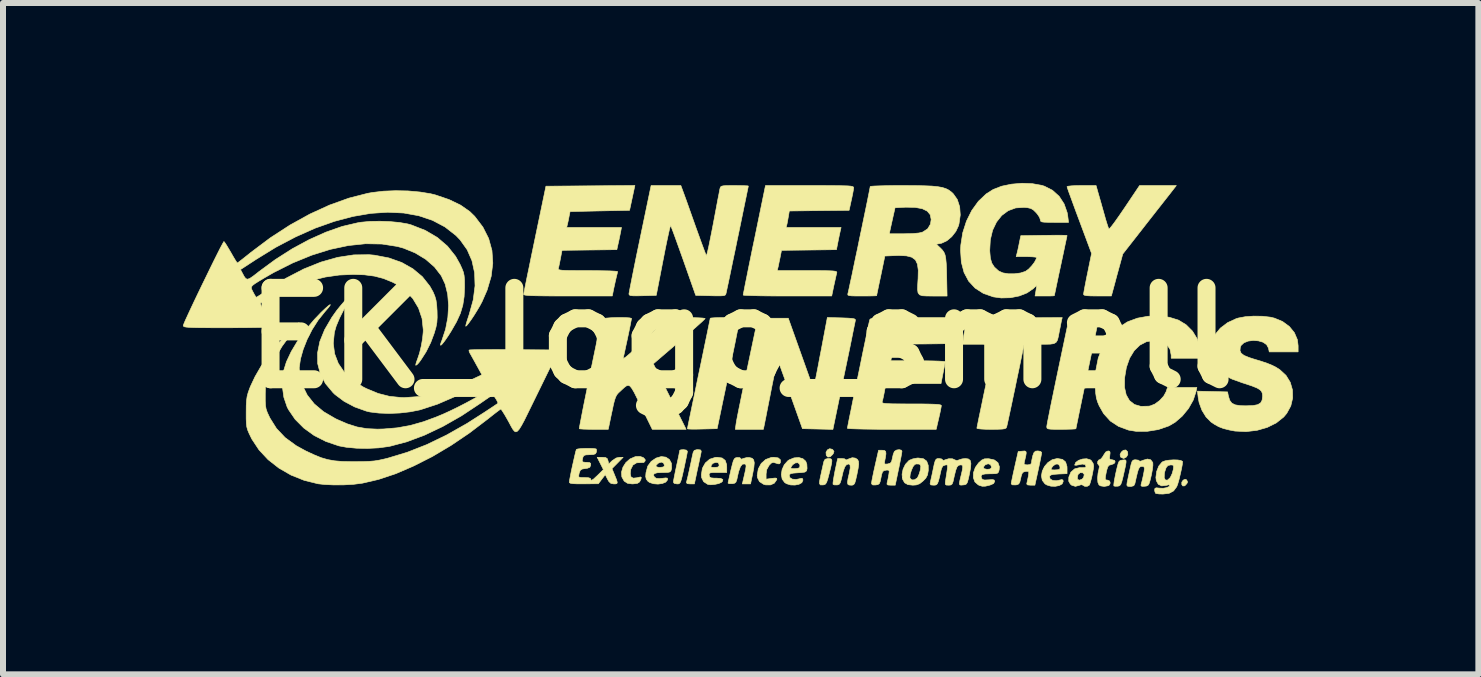
<source format=kicad_pcb>
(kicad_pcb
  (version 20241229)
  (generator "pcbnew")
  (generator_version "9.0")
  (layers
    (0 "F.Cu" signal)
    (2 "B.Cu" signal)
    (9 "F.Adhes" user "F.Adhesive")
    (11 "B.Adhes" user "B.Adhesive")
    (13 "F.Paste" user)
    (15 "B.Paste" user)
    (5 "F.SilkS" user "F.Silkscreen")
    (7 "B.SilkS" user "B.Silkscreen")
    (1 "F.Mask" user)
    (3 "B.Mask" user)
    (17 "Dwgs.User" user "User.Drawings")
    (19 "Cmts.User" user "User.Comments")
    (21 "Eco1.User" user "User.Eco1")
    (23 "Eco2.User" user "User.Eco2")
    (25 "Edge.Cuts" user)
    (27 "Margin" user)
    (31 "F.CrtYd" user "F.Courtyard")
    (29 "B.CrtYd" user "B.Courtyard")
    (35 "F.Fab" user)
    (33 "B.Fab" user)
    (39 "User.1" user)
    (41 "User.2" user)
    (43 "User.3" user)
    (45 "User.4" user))
  (footprint "EK_logo_small"
    (layer "F.Cu")
    (at 9.298 2.583)
    (property "Reference" "EK_logo_small" (at 0 0 0) (layer "F.SilkS") (effects (font (size 1.524 1.524) (thickness 0.3))))
    (attr through_hole)
    (fp_poly (pts (xy 7.434 2.367) (xy 7.449 2.402) (xy 7.438 2.428) (xy 7.402 2.466) (xy 7.37 2.468) (xy 7.353 2.445) (xy 7.353 2.405) (xy 7.376 2.371) (xy 7.409 2.357) (xy 7.434 2.367)) (stroke (width 0.01) (type solid)) (fill yes) (layer "F.SilkS"))
    (fp_poly (pts (xy 6.421 1.869) (xy 6.45 1.899) (xy 6.453 1.945) (xy 6.43 1.985) (xy 6.385 2.01) (xy 6.34 1.992) (xy 6.331 1.982) (xy 6.324 1.946) (xy 6.343 1.905) (xy 6.378 1.874) (xy 6.417 1.868) (xy 6.421 1.869)) (stroke (width 0.01) (type solid)) (fill yes) (layer "F.SilkS"))
    (fp_poly (pts (xy 1.525 1.857) (xy 1.536 1.866) (xy 1.555 1.893) (xy 1.545 1.924) (xy 1.533 1.943) (xy 1.493 1.981) (xy 1.453 1.987) (xy 1.426 1.958) (xy 1.426 1.958) (xy 1.422 1.907) (xy 1.445 1.867) (xy 1.483 1.847) (xy 1.525 1.857)) (stroke (width 0.01) (type solid)) (fill yes) (layer "F.SilkS"))
    (fp_poly (pts (xy -0.672 1.867) (xy -0.658 1.886) (xy -0.661 1.91) (xy -0.669 1.95) (xy -0.684 2.02) (xy -0.703 2.111) (xy -0.722 2.196) (xy -0.772 2.434) (xy -0.842 2.434) (xy -0.89 2.43) (xy -0.905 2.414) (xy -0.902 2.397) (xy -0.893 2.361) (xy -0.877 2.295) (xy -0.858 2.21) (xy -0.847 2.159) (xy -0.827 2.067) (xy -0.81 1.985) (xy -0.797 1.927) (xy -0.793 1.91) (xy -0.774 1.875) (xy -0.731 1.863) (xy -0.717 1.863) (xy -0.672 1.867)) (stroke (width 0.01) (type solid)) (fill yes) (layer "F.SilkS"))
    (fp_poly (pts (xy 1.493 2.013) (xy 1.512 2.022) (xy 1.52 2.047) (xy 1.515 2.092) (xy 1.499 2.166) (xy 1.474 2.265) (xy 1.451 2.352) (xy 1.433 2.405) (xy 1.415 2.435) (xy 1.393 2.447) (xy 1.371 2.451) (xy 1.327 2.45) (xy 1.313 2.427) (xy 1.313 2.42) (xy 1.314 2.396) (xy 1.32 2.36) (xy 1.332 2.303) (xy 1.35 2.22) (xy 1.376 2.104) (xy 1.387 2.058) (xy 1.407 2.023) (xy 1.452 2.011) (xy 1.461 2.011) (xy 1.493 2.013)) (stroke (width 0.01) (type solid)) (fill yes) (layer "F.SilkS"))
    (fp_poly (pts (xy 6.414 2.035) (xy 6.424 2.049) (xy 6.423 2.08) (xy 6.414 2.135) (xy 6.395 2.22) (xy 6.373 2.318) (xy 6.353 2.396) (xy 6.336 2.441) (xy 6.316 2.464) (xy 6.288 2.472) (xy 6.285 2.472) (xy 6.241 2.473) (xy 6.22 2.467) (xy 6.22 2.442) (xy 6.227 2.386) (xy 6.242 2.308) (xy 6.254 2.249) (xy 6.276 2.155) (xy 6.292 2.095) (xy 6.307 2.06) (xy 6.326 2.044) (xy 6.352 2.038) (xy 6.367 2.036) (xy 6.396 2.033) (xy 6.414 2.035)) (stroke (width 0.01) (type solid)) (fill yes) (layer "F.SilkS"))
    (fp_poly (pts (xy -0.907 1.87) (xy -0.889 1.889) (xy -0.893 1.918) (xy -0.905 1.981) (xy -0.923 2.066) (xy -0.944 2.167) (xy -0.946 2.174) (xy -0.97 2.282) (xy -0.988 2.355) (xy -1.003 2.4) (xy -1.018 2.423) (xy -1.036 2.433) (xy -1.06 2.434) (xy -1.062 2.434) (xy -1.109 2.425) (xy -1.122 2.404) (xy -1.118 2.372) (xy -1.106 2.309) (xy -1.089 2.223) (xy -1.069 2.129) (xy -1.048 2.033) (xy -1.031 1.952) (xy -1.02 1.896) (xy -1.016 1.874) (xy -0.998 1.866) (xy -0.953 1.863) (xy -0.953 1.863) (xy -0.907 1.87)) (stroke (width 0.01) (type solid)) (fill yes) (layer "F.SilkS"))
    (fp_poly (pts (xy 0.624 2) (xy 0.661 2.031) (xy 0.662 2.074) (xy 0.65 2.098) (xy 0.623 2.099) (xy 0.589 2.088) (xy 0.544 2.075) (xy 0.511 2.086) (xy 0.474 2.123) (xy 0.433 2.196) (xy 0.423 2.269) (xy 0.423 2.355) (xy 0.518 2.342) (xy 0.575 2.336) (xy 0.6 2.341) (xy 0.602 2.359) (xy 0.599 2.366) (xy 0.56 2.422) (xy 0.495 2.451) (xy 0.415 2.45) (xy 0.381 2.44) (xy 0.313 2.396) (xy 0.279 2.328) (xy 0.275 2.293) (xy 0.293 2.184) (xy 0.342 2.093) (xy 0.416 2.027) (xy 0.509 1.993) (xy 0.551 1.99) (xy 0.624 2)) (stroke (width 0.01) (type solid)) (fill yes) (layer "F.SilkS"))
    (fp_poly (pts (xy -1.625 1.994) (xy -1.594 2.026) (xy -1.592 2.049) (xy -1.615 2.077) (xy -1.649 2.078) (xy -1.735 2.082) (xy -1.797 2.12) (xy -1.833 2.191) (xy -1.841 2.264) (xy -1.83 2.316) (xy -1.792 2.338) (xy -1.725 2.331) (xy -1.715 2.328) (xy -1.671 2.318) (xy -1.657 2.326) (xy -1.663 2.356) (xy -1.686 2.401) (xy -1.723 2.425) (xy -1.788 2.433) (xy -1.811 2.434) (xy -1.886 2.424) (xy -1.94 2.389) (xy -1.944 2.385) (xy -1.982 2.317) (xy -1.987 2.237) (xy -1.963 2.155) (xy -1.915 2.079) (xy -1.846 2.018) (xy -1.761 1.981) (xy -1.746 1.978) (xy -1.679 1.976) (xy -1.625 1.994)) (stroke (width 0.01) (type solid)) (fill yes) (layer "F.SilkS"))
    (fp_poly (pts (xy -0.027 -0.259) (xy -0.035 -0.217) (xy -0.05 -0.139) (xy -0.071 -0.034) (xy -0.096 0.092) (xy -0.125 0.232) (xy -0.145 0.328) (xy -0.18 0.495) (xy -0.217 0.671) (xy -0.253 0.845) (xy -0.287 1.006) (xy -0.315 1.14) (xy -0.322 1.175) (xy -0.393 1.513) (xy -0.641 1.519) (xy -0.738 1.521) (xy -0.817 1.521) (xy -0.87 1.519) (xy -0.889 1.516) (xy -0.885 1.494) (xy -0.873 1.435) (xy -0.854 1.343) (xy -0.829 1.222) (xy -0.799 1.077) (xy -0.764 0.911) (xy -0.727 0.729) (xy -0.699 0.595) (xy -0.659 0.405) (xy -0.622 0.227) (xy -0.589 0.067) (xy -0.56 -0.072) (xy -0.537 -0.185) (xy -0.52 -0.268) (xy -0.51 -0.316) (xy -0.508 -0.328) (xy -0.488 -0.332) (xy -0.434 -0.336) (xy -0.355 -0.338) (xy -0.262 -0.339) (xy -0.016 -0.339) (xy -0.027 -0.259)) (stroke (width 0.01) (type solid)) (fill yes) (layer "F.SilkS"))
    (fp_poly (pts (xy 5.897 -0.335) (xy 5.95 -0.333) (xy 5.969 -0.33) (xy 5.965 -0.308) (xy 5.953 -0.249) (xy 5.934 -0.156) (xy 5.909 -0.035) (xy 5.879 0.11) (xy 5.844 0.276) (xy 5.806 0.457) (xy 5.779 0.592) (xy 5.739 0.782) (xy 5.702 0.959) (xy 5.669 1.119) (xy 5.64 1.258) (xy 5.617 1.371) (xy 5.6 1.454) (xy 5.59 1.502) (xy 5.588 1.514) (xy 5.568 1.518) (xy 5.514 1.521) (xy 5.435 1.523) (xy 5.345 1.524) (xy 5.24 1.524) (xy 5.171 1.522) (xy 5.13 1.517) (xy 5.109 1.508) (xy 5.103 1.493) (xy 5.102 1.476) (xy 5.107 1.446) (xy 5.119 1.379) (xy 5.139 1.279) (xy 5.164 1.152) (xy 5.195 1.002) (xy 5.23 0.833) (xy 5.268 0.65) (xy 5.289 0.55) (xy 5.474 -0.328) (xy 5.721 -0.334) (xy 5.818 -0.336) (xy 5.897 -0.335)) (stroke (width 0.01) (type solid)) (fill yes) (layer "F.SilkS"))
    (fp_poly (pts (xy -0.016 1.996) (xy 0 2.01) (xy 0.011 2.023) (xy 0.043 2.01) (xy 0.099 1.995) (xy 0.142 1.994) (xy 0.189 2.006) (xy 0.216 2.033) (xy 0.226 2.082) (xy 0.219 2.159) (xy 0.202 2.252) (xy 0.164 2.434) (xy 0.027 2.434) (xy 0.064 2.274) (xy 0.082 2.192) (xy 0.089 2.142) (xy 0.086 2.115) (xy 0.073 2.103) (xy 0.07 2.102) (xy 0.029 2.104) (xy -0.005 2.147) (xy -0.035 2.229) (xy -0.048 2.286) (xy -0.064 2.36) (xy -0.079 2.402) (xy -0.099 2.421) (xy -0.132 2.429) (xy -0.144 2.43) (xy -0.19 2.43) (xy -0.211 2.421) (xy -0.211 2.42) (xy -0.206 2.393) (xy -0.193 2.335) (xy -0.175 2.255) (xy -0.163 2.201) (xy -0.14 2.109) (xy -0.123 2.049) (xy -0.106 2.016) (xy -0.087 2) (xy -0.06 1.994) (xy -0.058 1.994) (xy -0.016 1.996)) (stroke (width 0.01) (type solid)) (fill yes) (layer "F.SilkS"))
    (fp_poly (pts (xy 3.045 2.014) (xy 3.1 2.054) (xy 3.126 2.125) (xy 3.127 2.21) (xy 3.114 2.284) (xy 3.085 2.339) (xy 3.04 2.385) (xy 2.982 2.431) (xy 2.926 2.451) (xy 2.868 2.455) (xy 2.787 2.446) (xy 2.732 2.415) (xy 2.731 2.413) (xy 2.697 2.352) (xy 2.694 2.325) (xy 2.82 2.325) (xy 2.823 2.339) (xy 2.852 2.367) (xy 2.895 2.366) (xy 2.938 2.339) (xy 2.951 2.323) (xy 2.975 2.269) (xy 2.995 2.202) (xy 2.996 2.196) (xy 3.002 2.141) (xy 2.991 2.113) (xy 2.973 2.103) (xy 2.925 2.101) (xy 2.902 2.11) (xy 2.873 2.145) (xy 2.846 2.205) (xy 2.826 2.27) (xy 2.82 2.325) (xy 2.694 2.325) (xy 2.69 2.272) (xy 2.707 2.187) (xy 2.746 2.107) (xy 2.803 2.046) (xy 2.811 2.04) (xy 2.868 2.017) (xy 2.94 2.003) (xy 2.959 2.002) (xy 3.045 2.014)) (stroke (width 0.01) (type solid)) (fill yes) (layer "F.SilkS"))
    (fp_poly (pts (xy 6.151 1.89) (xy 6.158 1.916) (xy 6.153 1.958) (xy 6.148 2.007) (xy 6.159 2.028) (xy 6.194 2.032) (xy 6.194 2.032) (xy 6.233 2.043) (xy 6.242 2.068) (xy 6.223 2.096) (xy 6.179 2.112) (xy 6.177 2.113) (xy 6.142 2.122) (xy 6.12 2.148) (xy 6.103 2.2) (xy 6.097 2.225) (xy 6.082 2.301) (xy 6.077 2.344) (xy 6.084 2.365) (xy 6.104 2.37) (xy 6.117 2.371) (xy 6.15 2.386) (xy 6.16 2.419) (xy 6.144 2.453) (xy 6.126 2.464) (xy 6.06 2.476) (xy 6 2.467) (xy 5.973 2.451) (xy 5.954 2.408) (xy 5.949 2.337) (xy 5.957 2.254) (xy 5.969 2.201) (xy 5.98 2.143) (xy 5.969 2.12) (xy 5.95 2.097) (xy 5.951 2.061) (xy 5.969 2.035) (xy 5.98 2.032) (xy 6.009 2.014) (xy 6.041 1.971) (xy 6.047 1.958) (xy 6.085 1.902) (xy 6.124 1.884) (xy 6.151 1.89)) (stroke (width 0.01) (type solid)) (fill yes) (layer "F.SilkS"))
    (fp_poly (pts (xy 1.907 2.003) (xy 1.918 2.008) (xy 1.947 2.027) (xy 1.963 2.057) (xy 1.967 2.105) (xy 1.957 2.178) (xy 1.936 2.284) (xy 1.933 2.296) (xy 1.915 2.376) (xy 1.9 2.424) (xy 1.882 2.447) (xy 1.858 2.455) (xy 1.838 2.455) (xy 1.804 2.452) (xy 1.785 2.438) (xy 1.78 2.405) (xy 1.789 2.346) (xy 1.81 2.255) (xy 1.826 2.167) (xy 1.822 2.117) (xy 1.799 2.101) (xy 1.764 2.113) (xy 1.735 2.15) (xy 1.707 2.229) (xy 1.693 2.29) (xy 1.674 2.369) (xy 1.658 2.417) (xy 1.64 2.441) (xy 1.614 2.45) (xy 1.604 2.451) (xy 1.56 2.45) (xy 1.539 2.441) (xy 1.539 2.414) (xy 1.547 2.356) (xy 1.561 2.275) (xy 1.572 2.217) (xy 1.616 2.011) (xy 1.688 2.011) (xy 1.732 2.016) (xy 1.748 2.028) (xy 1.747 2.031) (xy 1.755 2.035) (xy 1.79 2.023) (xy 1.801 2.017) (xy 1.859 1.997) (xy 1.907 2.003)) (stroke (width 0.01) (type solid)) (fill yes) (layer "F.SilkS"))
    (fp_poly (pts (xy -1.248 1.988) (xy -1.189 2.027) (xy -1.155 2.09) (xy -1.152 2.172) (xy -1.154 2.181) (xy -1.163 2.215) (xy -1.18 2.234) (xy -1.215 2.242) (xy -1.278 2.244) (xy -1.302 2.244) (xy -1.392 2.248) (xy -1.442 2.263) (xy -1.454 2.289) (xy -1.437 2.321) (xy -1.407 2.341) (xy -1.357 2.345) (xy -1.31 2.341) (xy -1.25 2.334) (xy -1.223 2.338) (xy -1.218 2.355) (xy -1.221 2.368) (xy -1.25 2.404) (xy -1.307 2.427) (xy -1.379 2.437) (xy -1.454 2.431) (xy -1.519 2.41) (xy -1.548 2.389) (xy -1.575 2.353) (xy -1.584 2.31) (xy -1.579 2.246) (xy -1.55 2.138) (xy -1.539 2.123) (xy -1.411 2.123) (xy -1.41 2.147) (xy -1.369 2.158) (xy -1.344 2.159) (xy -1.288 2.151) (xy -1.27 2.13) (xy -1.286 2.086) (xy -1.324 2.07) (xy -1.372 2.087) (xy -1.411 2.123) (xy -1.539 2.123) (xy -1.492 2.058) (xy -1.41 2.003) (xy -1.324 1.978) (xy -1.248 1.988)) (stroke (width 0.01) (type solid)) (fill yes) (layer "F.SilkS"))
    (fp_poly (pts (xy -0.31 2.002) (xy -0.259 2.042) (xy -0.235 2.112) (xy -0.233 2.155) (xy -0.233 2.244) (xy -0.382 2.244) (xy -0.46 2.244) (xy -0.504 2.249) (xy -0.524 2.26) (xy -0.527 2.28) (xy -0.525 2.291) (xy -0.517 2.319) (xy -0.494 2.333) (xy -0.446 2.338) (xy -0.407 2.338) (xy -0.333 2.343) (xy -0.298 2.36) (xy -0.303 2.389) (xy -0.324 2.409) (xy -0.367 2.428) (xy -0.432 2.442) (xy -0.499 2.448) (xy -0.549 2.442) (xy -0.55 2.441) (xy -0.618 2.397) (xy -0.652 2.329) (xy -0.656 2.282) (xy -0.639 2.174) (xy -0.623 2.145) (xy -0.498 2.145) (xy -0.483 2.157) (xy -0.435 2.159) (xy -0.435 2.159) (xy -0.383 2.154) (xy -0.362 2.136) (xy -0.36 2.117) (xy -0.372 2.083) (xy -0.412 2.074) (xy -0.464 2.091) (xy -0.487 2.117) (xy -0.498 2.145) (xy -0.623 2.145) (xy -0.59 2.085) (xy -0.517 2.022) (xy -0.424 1.992) (xy -0.392 1.99) (xy -0.31 2.002)) (stroke (width 0.01) (type solid)) (fill yes) (layer "F.SilkS"))
    (fp_poly (pts (xy 5.364 2.025) (xy 5.416 2.069) (xy 5.439 2.144) (xy 5.44 2.17) (xy 5.44 2.263) (xy 5.297 2.269) (xy 5.218 2.275) (xy 5.172 2.285) (xy 5.151 2.301) (xy 5.148 2.311) (xy 5.158 2.351) (xy 5.199 2.375) (xy 5.26 2.381) (xy 5.303 2.373) (xy 5.351 2.362) (xy 5.372 2.369) (xy 5.376 2.394) (xy 5.358 2.434) (xy 5.31 2.461) (xy 5.244 2.474) (xy 5.172 2.472) (xy 5.104 2.452) (xy 5.072 2.433) (xy 5.027 2.374) (xy 5.013 2.3) (xy 5.027 2.221) (xy 5.044 2.186) (xy 5.173 2.186) (xy 5.181 2.199) (xy 5.223 2.201) (xy 5.233 2.201) (xy 5.285 2.198) (xy 5.316 2.191) (xy 5.318 2.19) (xy 5.323 2.162) (xy 5.318 2.135) (xy 5.294 2.104) (xy 5.254 2.103) (xy 5.211 2.13) (xy 5.191 2.154) (xy 5.173 2.186) (xy 5.044 2.186) (xy 5.064 2.144) (xy 5.121 2.078) (xy 5.192 2.031) (xy 5.274 2.011) (xy 5.282 2.011) (xy 5.364 2.025)) (stroke (width 0.01) (type solid)) (fill yes) (layer "F.SilkS"))
    (fp_poly (pts (xy 1.037 2.014) (xy 1.084 2.056) (xy 1.102 2.106) (xy 1.106 2.175) (xy 1.098 2.216) (xy 1.069 2.237) (xy 1.011 2.245) (xy 0.958 2.248) (xy 0.879 2.254) (xy 0.833 2.263) (xy 0.812 2.28) (xy 0.809 2.29) (xy 0.819 2.329) (xy 0.859 2.354) (xy 0.921 2.36) (xy 0.963 2.352) (xy 1.012 2.341) (xy 1.033 2.348) (xy 1.037 2.373) (xy 1.019 2.413) (xy 0.971 2.44) (xy 0.905 2.453) (xy 0.833 2.451) (xy 0.765 2.431) (xy 0.733 2.411) (xy 0.691 2.354) (xy 0.677 2.278) (xy 0.69 2.194) (xy 0.704 2.164) (xy 0.834 2.164) (xy 0.841 2.177) (xy 0.883 2.18) (xy 0.896 2.18) (xy 0.949 2.175) (xy 0.981 2.163) (xy 0.983 2.161) (xy 0.987 2.127) (xy 0.982 2.107) (xy 0.954 2.081) (xy 0.911 2.084) (xy 0.867 2.113) (xy 0.852 2.133) (xy 0.834 2.164) (xy 0.704 2.164) (xy 0.726 2.115) (xy 0.785 2.049) (xy 0.808 2.033) (xy 0.889 2) (xy 0.968 1.994) (xy 1.037 2.014)) (stroke (width 0.01) (type solid)) (fill yes) (layer "F.SilkS"))
    (fp_poly (pts (xy 6.835 2.032) (xy 6.868 2.076) (xy 6.87 2.083) (xy 6.871 2.125) (xy 6.863 2.195) (xy 6.847 2.279) (xy 6.843 2.298) (xy 6.823 2.381) (xy 6.807 2.431) (xy 6.79 2.457) (xy 6.765 2.469) (xy 6.734 2.473) (xy 6.687 2.474) (xy 6.672 2.461) (xy 6.675 2.441) (xy 6.693 2.375) (xy 6.71 2.299) (xy 6.724 2.227) (xy 6.73 2.178) (xy 6.73 2.173) (xy 6.719 2.144) (xy 6.683 2.142) (xy 6.663 2.147) (xy 6.646 2.161) (xy 6.631 2.189) (xy 6.615 2.239) (xy 6.596 2.318) (xy 6.571 2.429) (xy 6.553 2.464) (xy 6.51 2.476) (xy 6.495 2.477) (xy 6.451 2.473) (xy 6.437 2.455) (xy 6.442 2.409) (xy 6.443 2.408) (xy 6.454 2.352) (xy 6.471 2.272) (xy 6.49 2.186) (xy 6.49 2.185) (xy 6.508 2.107) (xy 6.523 2.061) (xy 6.541 2.039) (xy 6.567 2.032) (xy 6.585 2.032) (xy 6.629 2.038) (xy 6.646 2.052) (xy 6.663 2.056) (xy 6.702 2.043) (xy 6.71 2.039) (xy 6.78 2.019) (xy 6.835 2.032)) (stroke (width 0.01) (type solid)) (fill yes) (layer "F.SilkS"))
    (fp_poly (pts (xy 5.825 2.031) (xy 5.842 2.043) (xy 5.875 2.092) (xy 5.884 2.136) (xy 5.878 2.187) (xy 5.865 2.26) (xy 5.848 2.337) (xy 5.829 2.406) (xy 5.814 2.45) (xy 5.811 2.454) (xy 5.779 2.473) (xy 5.735 2.474) (xy 5.704 2.455) (xy 5.676 2.446) (xy 5.652 2.455) (xy 5.579 2.475) (xy 5.516 2.455) (xy 5.494 2.435) (xy 5.468 2.389) (xy 5.469 2.327) (xy 5.47 2.32) (xy 5.473 2.313) (xy 5.613 2.313) (xy 5.614 2.355) (xy 5.638 2.37) (xy 5.649 2.371) (xy 5.692 2.354) (xy 5.716 2.326) (xy 5.727 2.278) (xy 5.703 2.249) (xy 5.659 2.247) (xy 5.625 2.274) (xy 5.613 2.313) (xy 5.473 2.313) (xy 5.504 2.238) (xy 5.567 2.183) (xy 5.651 2.162) (xy 5.678 2.163) (xy 5.737 2.162) (xy 5.757 2.146) (xy 5.757 2.145) (xy 5.742 2.111) (xy 5.694 2.103) (xy 5.641 2.114) (xy 5.593 2.123) (xy 5.568 2.121) (xy 5.567 2.119) (xy 5.586 2.074) (xy 5.634 2.04) (xy 5.698 2.019) (xy 5.766 2.014) (xy 5.825 2.031)) (stroke (width 0.01) (type solid)) (fill yes) (layer "F.SilkS"))
    (fp_poly (pts (xy 4.14 2.015) (xy 4.229 2.035) (xy 4.288 2.08) (xy 4.312 2.147) (xy 4.308 2.199) (xy 4.298 2.235) (xy 4.282 2.254) (xy 4.249 2.263) (xy 4.187 2.265) (xy 4.159 2.265) (xy 4.074 2.268) (xy 4.025 2.279) (xy 4.007 2.302) (xy 4.014 2.339) (xy 4.014 2.339) (xy 4.031 2.361) (xy 4.067 2.369) (xy 4.131 2.366) (xy 4.193 2.362) (xy 4.223 2.368) (xy 4.233 2.386) (xy 4.233 2.394) (xy 4.215 2.428) (xy 4.157 2.453) (xy 4.154 2.454) (xy 4.079 2.472) (xy 4.026 2.473) (xy 3.977 2.458) (xy 3.959 2.449) (xy 3.904 2.401) (xy 3.878 2.33) (xy 3.88 2.247) (xy 3.91 2.162) (xy 3.915 2.154) (xy 4.045 2.154) (xy 4.056 2.18) (xy 4.105 2.191) (xy 4.112 2.191) (xy 4.16 2.185) (xy 4.179 2.164) (xy 4.18 2.149) (xy 4.164 2.112) (xy 4.125 2.098) (xy 4.08 2.113) (xy 4.074 2.118) (xy 4.045 2.154) (xy 3.915 2.154) (xy 3.966 2.083) (xy 3.97 2.08) (xy 4.019 2.036) (xy 4.064 2.016) (xy 4.123 2.014) (xy 4.14 2.015)) (stroke (width 0.01) (type solid)) (fill yes) (layer "F.SilkS"))
    (fp_poly (pts (xy 4.999 1.892) (xy 5.017 1.91) (xy 5.013 1.94) (xy 5.001 2.003) (xy 4.984 2.088) (xy 4.962 2.189) (xy 4.961 2.196) (xy 4.904 2.455) (xy 4.832 2.455) (xy 4.784 2.451) (xy 4.768 2.436) (xy 4.771 2.418) (xy 4.781 2.373) (xy 4.794 2.311) (xy 4.796 2.3) (xy 4.803 2.248) (xy 4.796 2.227) (xy 4.767 2.224) (xy 4.75 2.226) (xy 4.714 2.235) (xy 4.691 2.259) (xy 4.675 2.308) (xy 4.668 2.339) (xy 4.653 2.402) (xy 4.635 2.434) (xy 4.605 2.448) (xy 4.577 2.451) (xy 4.525 2.449) (xy 4.509 2.43) (xy 4.514 2.4) (xy 4.527 2.337) (xy 4.545 2.251) (xy 4.568 2.151) (xy 4.568 2.148) (xy 4.626 1.894) (xy 4.697 1.888) (xy 4.734 1.885) (xy 4.754 1.893) (xy 4.76 1.917) (xy 4.752 1.967) (xy 4.733 2.049) (xy 4.729 2.061) (xy 4.724 2.1) (xy 4.742 2.114) (xy 4.781 2.117) (xy 4.83 2.11) (xy 4.847 2.085) (xy 4.847 2.08) (xy 4.853 2.035) (xy 4.867 1.974) (xy 4.869 1.963) (xy 4.889 1.911) (xy 4.915 1.888) (xy 4.954 1.884) (xy 4.999 1.892)) (stroke (width 0.01) (type solid)) (fill yes) (layer "F.SilkS"))
    (fp_poly (pts (xy 2.678 1.872) (xy 2.688 1.889) (xy 2.684 1.919) (xy 2.673 1.981) (xy 2.656 2.068) (xy 2.636 2.169) (xy 2.632 2.185) (xy 2.576 2.455) (xy 2.502 2.455) (xy 2.454 2.452) (xy 2.438 2.438) (xy 2.442 2.408) (xy 2.455 2.355) (xy 2.467 2.287) (xy 2.469 2.279) (xy 2.476 2.227) (xy 2.468 2.205) (xy 2.438 2.203) (xy 2.422 2.205) (xy 2.386 2.213) (xy 2.364 2.233) (xy 2.349 2.278) (xy 2.339 2.328) (xy 2.325 2.395) (xy 2.309 2.431) (xy 2.284 2.446) (xy 2.249 2.451) (xy 2.201 2.451) (xy 2.182 2.434) (xy 2.181 2.42) (xy 2.186 2.385) (xy 2.199 2.318) (xy 2.217 2.23) (xy 2.24 2.128) (xy 2.24 2.127) (xy 2.298 1.873) (xy 2.361 1.873) (xy 2.398 1.877) (xy 2.417 1.894) (xy 2.421 1.932) (xy 2.411 2) (xy 2.404 2.034) (xy 2.396 2.084) (xy 2.404 2.103) (xy 2.437 2.103) (xy 2.451 2.101) (xy 2.493 2.089) (xy 2.515 2.062) (xy 2.528 2.006) (xy 2.528 2.005) (xy 2.542 1.943) (xy 2.56 1.897) (xy 2.565 1.89) (xy 2.599 1.869) (xy 2.642 1.863) (xy 2.678 1.872)) (stroke (width 0.01) (type solid)) (fill yes) (layer "F.SilkS"))
    (fp_poly (pts (xy 5.955 -2.429) (xy 5.974 -2.363) (xy 6.001 -2.269) (xy 6.031 -2.162) (xy 6.056 -2.074) (xy 6.083 -1.978) (xy 6.108 -1.897) (xy 6.127 -1.84) (xy 6.138 -1.815) (xy 6.153 -1.827) (xy 6.188 -1.869) (xy 6.239 -1.937) (xy 6.302 -2.026) (xy 6.374 -2.131) (xy 6.4 -2.169) (xy 6.649 -2.54) (xy 7.262 -2.54) (xy 7.14 -2.383) (xy 7.091 -2.321) (xy 7.022 -2.233) (xy 6.937 -2.125) (xy 6.843 -2.005) (xy 6.745 -1.88) (xy 6.693 -1.813) (xy 6.369 -1.399) (xy 6.298 -1.139) (xy 6.268 -1.03) (xy 6.241 -0.928) (xy 6.218 -0.843) (xy 6.203 -0.788) (xy 6.179 -0.699) (xy 5.947 -0.699) (xy 5.838 -0.7) (xy 5.766 -0.704) (xy 5.726 -0.713) (xy 5.715 -0.725) (xy 5.719 -0.754) (xy 5.73 -0.817) (xy 5.747 -0.905) (xy 5.768 -1.012) (xy 5.782 -1.079) (xy 5.849 -1.408) (xy 5.645 -1.956) (xy 5.591 -2.1) (xy 5.543 -2.231) (xy 5.502 -2.344) (xy 5.469 -2.433) (xy 5.448 -2.494) (xy 5.44 -2.521) (xy 5.44 -2.522) (xy 5.46 -2.529) (xy 5.513 -2.535) (xy 5.593 -2.539) (xy 5.682 -2.54) (xy 5.924 -2.54) (xy 5.955 -2.429)) (stroke (width 0.01) (type solid)) (fill yes) (layer "F.SilkS"))
    (fp_poly (pts (xy 7.284 2.035) (xy 7.338 2.044) (xy 7.365 2.059) (xy 7.366 2.063) (xy 7.361 2.113) (xy 7.347 2.188) (xy 7.327 2.276) (xy 7.306 2.364) (xy 7.285 2.437) (xy 7.268 2.481) (xy 7.216 2.551) (xy 7.141 2.591) (xy 7.039 2.603) (xy 7.037 2.603) (xy 6.972 2.601) (xy 6.927 2.594) (xy 6.914 2.589) (xy 6.903 2.558) (xy 6.9 2.534) (xy 6.906 2.507) (xy 6.931 2.499) (xy 6.976 2.504) (xy 7.042 2.507) (xy 7.102 2.496) (xy 7.144 2.476) (xy 7.154 2.457) (xy 7.137 2.448) (xy 7.09 2.459) (xy 7.017 2.467) (xy 6.961 2.44) (xy 6.928 2.38) (xy 6.922 2.333) (xy 7.06 2.333) (xy 7.08 2.369) (xy 7.114 2.371) (xy 7.155 2.334) (xy 7.165 2.32) (xy 7.192 2.263) (xy 7.211 2.195) (xy 7.211 2.193) (xy 7.217 2.143) (xy 7.206 2.121) (xy 7.173 2.117) (xy 7.168 2.117) (xy 7.122 2.127) (xy 7.091 2.164) (xy 7.068 2.234) (xy 7.062 2.266) (xy 7.06 2.333) (xy 6.922 2.333) (xy 6.921 2.327) (xy 6.934 2.226) (xy 6.969 2.137) (xy 7.021 2.074) (xy 7.031 2.066) (xy 7.076 2.049) (xy 7.141 2.038) (xy 7.214 2.033) (xy 7.284 2.035)) (stroke (width 0.01) (type solid)) (fill yes) (layer "F.SilkS"))
    (fp_poly (pts (xy 1.68 -0.334) (xy 1.785 -0.33) (xy 1.854 -0.325) (xy 1.893 -0.318) (xy 1.91 -0.307) (xy 1.912 -0.296) (xy 1.907 -0.269) (xy 1.894 -0.206) (xy 1.874 -0.109) (xy 1.849 0.016) (xy 1.819 0.164) (xy 1.784 0.332) (xy 1.746 0.514) (xy 1.722 0.63) (xy 1.537 1.525) (xy 1.283 1.519) (xy 1.029 1.513) (xy 0.837 0.974) (xy 0.785 0.829) (xy 0.738 0.696) (xy 0.696 0.58) (xy 0.662 0.486) (xy 0.639 0.422) (xy 0.627 0.392) (xy 0.618 0.39) (xy 0.606 0.42) (xy 0.588 0.482) (xy 0.566 0.581) (xy 0.538 0.717) (xy 0.516 0.826) (xy 0.488 0.97) (xy 0.461 1.106) (xy 0.437 1.228) (xy 0.418 1.327) (xy 0.404 1.395) (xy 0.401 1.413) (xy 0.378 1.524) (xy -0.09 1.524) (xy -0.076 1.423) (xy -0.069 1.381) (xy -0.054 1.302) (xy -0.032 1.191) (xy -0.004 1.055) (xy 0.028 0.898) (xy 0.064 0.725) (xy 0.102 0.542) (xy 0.112 0.497) (xy 0.286 -0.328) (xy 0.793 -0.328) (xy 1.004 0.264) (xy 1.215 0.856) (xy 1.24 0.729) (xy 1.251 0.671) (xy 1.269 0.58) (xy 1.292 0.462) (xy 1.317 0.328) (xy 1.345 0.185) (xy 1.355 0.132) (xy 1.444 -0.34) (xy 1.68 -0.334)) (stroke (width 0.01) (type solid)) (fill yes) (layer "F.SilkS"))
    (fp_poly (pts (xy -1.853 -2.127) (xy -2.349 -2.117) (xy -2.845 -2.106) (xy -2.862 -2.021) (xy -2.875 -1.954) (xy -2.888 -1.897) (xy -2.89 -1.889) (xy -2.901 -1.841) (xy -1.988 -1.841) (xy -2.002 -1.765) (xy -2.016 -1.697) (xy -2.033 -1.615) (xy -2.041 -1.58) (xy -2.065 -1.471) (xy -2.979 -1.46) (xy -3.004 -1.328) (xy -3.019 -1.252) (xy -3.032 -1.19) (xy -3.04 -1.159) (xy -3.041 -1.147) (xy -3.033 -1.138) (xy -3.011 -1.132) (xy -2.97 -1.127) (xy -2.905 -1.124) (xy -2.812 -1.123) (xy -2.685 -1.122) (xy -2.552 -1.122) (xy -2.412 -1.121) (xy -2.287 -1.119) (xy -2.183 -1.117) (xy -2.106 -1.113) (xy -2.062 -1.109) (xy -2.053 -1.106) (xy -2.058 -1.077) (xy -2.071 -1.025) (xy -2.073 -1.016) (xy -2.088 -0.952) (xy -2.106 -0.87) (xy -2.117 -0.82) (xy -2.141 -0.699) (xy -2.88 -0.699) (xy -3.085 -0.699) (xy -3.251 -0.7) (xy -3.382 -0.702) (xy -3.48 -0.704) (xy -3.549 -0.708) (xy -3.593 -0.713) (xy -3.615 -0.72) (xy -3.618 -0.725) (xy -3.614 -0.751) (xy -3.602 -0.813) (xy -3.583 -0.909) (xy -3.558 -1.032) (xy -3.527 -1.18) (xy -3.493 -1.347) (xy -3.455 -1.529) (xy -3.432 -1.64) (xy -3.247 -2.529) (xy -2.505 -2.535) (xy -1.764 -2.541) (xy -1.853 -2.127)) (stroke (width 0.01) (type solid)) (fill yes) (layer "F.SilkS"))
    (fp_poly (pts (xy 7.146 -0.344) (xy 7.299 -0.296) (xy 7.425 -0.219) (xy 7.531 -0.113) (xy 7.608 0.013) (xy 7.653 0.151) (xy 7.662 0.244) (xy 7.662 0.339) (xy 7.176 0.339) (xy 7.176 0.287) (xy 7.157 0.19) (xy 7.105 0.114) (xy 7.022 0.065) (xy 6.913 0.043) (xy 6.89 0.043) (xy 6.764 0.063) (xy 6.653 0.121) (xy 6.559 0.213) (xy 6.483 0.338) (xy 6.429 0.492) (xy 6.399 0.669) (xy 6.398 0.824) (xy 6.426 0.949) (xy 6.481 1.045) (xy 6.563 1.11) (xy 6.67 1.141) (xy 6.8 1.138) (xy 6.826 1.134) (xy 6.904 1.103) (xy 6.984 1.044) (xy 7.051 0.971) (xy 7.091 0.898) (xy 7.115 0.826) (xy 7.604 0.826) (xy 7.591 0.893) (xy 7.544 1.036) (xy 7.465 1.176) (xy 7.361 1.303) (xy 7.242 1.406) (xy 7.138 1.467) (xy 6.961 1.528) (xy 6.773 1.558) (xy 6.589 1.557) (xy 6.466 1.537) (xy 6.3 1.476) (xy 6.161 1.385) (xy 6.05 1.262) (xy 5.976 1.132) (xy 5.948 1.065) (xy 5.929 1) (xy 5.918 0.925) (xy 5.911 0.827) (xy 5.91 0.783) (xy 5.918 0.55) (xy 5.96 0.337) (xy 6.034 0.147) (xy 6.139 -0.018) (xy 6.274 -0.155) (xy 6.438 -0.262) (xy 6.456 -0.271) (xy 6.613 -0.329) (xy 6.789 -0.361) (xy 6.971 -0.366) (xy 7.146 -0.344)) (stroke (width 0.01) (type solid)) (fill yes) (layer "F.SilkS"))
    (fp_poly (pts (xy 1.344 -2.54) (xy 1.502 -2.539) (xy 1.626 -2.538) (xy 1.72 -2.536) (xy 1.788 -2.534) (xy 1.834 -2.53) (xy 1.862 -2.524) (xy 1.877 -2.517) (xy 1.882 -2.508) (xy 1.883 -2.503) (xy 1.878 -2.466) (xy 1.866 -2.4) (xy 1.849 -2.318) (xy 1.844 -2.297) (xy 1.807 -2.127) (xy 1.308 -2.122) (xy 0.81 -2.116) (xy 0.795 -2.026) (xy 0.783 -1.958) (xy 0.772 -1.899) (xy 0.769 -1.889) (xy 0.757 -1.841) (xy 1.673 -1.841) (xy 1.662 -1.794) (xy 1.652 -1.748) (xy 1.637 -1.678) (xy 1.623 -1.609) (xy 1.596 -1.471) (xy 1.138 -1.465) (xy 0.68 -1.46) (xy 0.656 -1.338) (xy 0.64 -1.263) (xy 0.627 -1.198) (xy 0.62 -1.169) (xy 0.609 -1.122) (xy 1.11 -1.122) (xy 1.269 -1.122) (xy 1.39 -1.121) (xy 1.478 -1.119) (xy 1.538 -1.116) (xy 1.576 -1.111) (xy 1.596 -1.104) (xy 1.602 -1.095) (xy 1.601 -1.085) (xy 1.592 -1.048) (xy 1.577 -0.981) (xy 1.559 -0.899) (xy 1.553 -0.873) (xy 1.517 -0.699) (xy 0.78 -0.699) (xy 0.608 -0.699) (xy 0.45 -0.7) (xy 0.311 -0.702) (xy 0.196 -0.705) (xy 0.11 -0.708) (xy 0.057 -0.711) (xy 0.041 -0.714) (xy 0.045 -0.738) (xy 0.057 -0.798) (xy 0.075 -0.892) (xy 0.1 -1.014) (xy 0.129 -1.16) (xy 0.163 -1.326) (xy 0.2 -1.508) (xy 0.227 -1.635) (xy 0.413 -2.54) (xy 1.148 -2.54) (xy 1.344 -2.54)) (stroke (width 0.01) (type solid)) (fill yes) (layer "F.SilkS"))
    (fp_poly (pts (xy 5.348 -0.291) (xy 5.339 -0.246) (xy 5.325 -0.175) (xy 5.311 -0.106) (xy 5.295 -0.021) (xy 5.28 0.037) (xy 5.257 0.074) (xy 5.22 0.095) (xy 5.16 0.104) (xy 5.072 0.106) (xy 4.984 0.106) (xy 4.884 0.107) (xy 4.801 0.11) (xy 4.744 0.114) (xy 4.72 0.119) (xy 4.72 0.119) (xy 4.716 0.143) (xy 4.704 0.203) (xy 4.686 0.292) (xy 4.663 0.404) (xy 4.636 0.533) (xy 4.606 0.674) (xy 4.576 0.821) (xy 4.545 0.966) (xy 4.516 1.105) (xy 4.489 1.231) (xy 4.466 1.338) (xy 4.448 1.421) (xy 4.436 1.473) (xy 4.432 1.487) (xy 4.423 1.503) (xy 4.401 1.514) (xy 4.359 1.52) (xy 4.29 1.523) (xy 4.187 1.524) (xy 4.179 1.524) (xy 4.083 1.523) (xy 4.006 1.519) (xy 3.954 1.513) (xy 3.937 1.506) (xy 3.941 1.482) (xy 3.953 1.422) (xy 3.971 1.333) (xy 3.995 1.22) (xy 4.022 1.09) (xy 4.051 0.949) (xy 4.082 0.803) (xy 4.113 0.658) (xy 4.142 0.519) (xy 4.169 0.394) (xy 4.192 0.287) (xy 4.21 0.206) (xy 4.222 0.155) (xy 4.225 0.143) (xy 4.226 0.128) (xy 4.215 0.117) (xy 4.185 0.111) (xy 4.129 0.107) (xy 4.042 0.106) (xy 3.97 0.106) (xy 3.704 0.106) (xy 3.706 0.048) (xy 3.712 -0.001) (xy 3.724 -0.076) (xy 3.742 -0.162) (xy 3.743 -0.169) (xy 3.778 -0.328) (xy 4.569 -0.334) (xy 5.36 -0.339) (xy 5.348 -0.291)) (stroke (width 0.01) (type solid)) (fill yes) (layer "F.SilkS"))
    (fp_poly (pts (xy 3.795 2.018) (xy 3.826 2.043) (xy 3.837 2.093) (xy 3.831 2.171) (xy 3.813 2.268) (xy 3.794 2.353) (xy 3.779 2.406) (xy 3.763 2.434) (xy 3.74 2.447) (xy 3.708 2.451) (xy 3.671 2.454) (xy 3.651 2.449) (xy 3.645 2.426) (xy 3.653 2.379) (xy 3.672 2.299) (xy 3.673 2.297) (xy 3.693 2.21) (xy 3.701 2.157) (xy 3.698 2.129) (xy 3.682 2.118) (xy 3.663 2.117) (xy 3.631 2.124) (xy 3.606 2.151) (xy 3.585 2.205) (xy 3.563 2.292) (xy 3.556 2.323) (xy 3.54 2.395) (xy 3.525 2.434) (xy 3.505 2.451) (xy 3.473 2.455) (xy 3.466 2.455) (xy 3.426 2.453) (xy 3.41 2.438) (xy 3.412 2.398) (xy 3.416 2.371) (xy 3.433 2.263) (xy 3.444 2.19) (xy 3.448 2.146) (xy 3.446 2.123) (xy 3.437 2.116) (xy 3.42 2.118) (xy 3.406 2.12) (xy 3.37 2.135) (xy 3.348 2.175) (xy 3.338 2.212) (xy 3.315 2.315) (xy 3.297 2.384) (xy 3.281 2.426) (xy 3.264 2.447) (xy 3.241 2.454) (xy 3.214 2.455) (xy 3.17 2.451) (xy 3.157 2.433) (xy 3.161 2.408) (xy 3.17 2.365) (xy 3.186 2.295) (xy 3.204 2.209) (xy 3.209 2.185) (xy 3.227 2.1) (xy 3.242 2.049) (xy 3.258 2.022) (xy 3.28 2.012) (xy 3.306 2.011) (xy 3.349 2.018) (xy 3.365 2.033) (xy 3.378 2.044) (xy 3.406 2.033) (xy 3.468 2.014) (xy 3.53 2.015) (xy 3.571 2.034) (xy 3.603 2.046) (xy 3.637 2.034) (xy 3.69 2.017) (xy 3.744 2.011) (xy 3.795 2.018)) (stroke (width 0.01) (type solid)) (fill yes) (layer "F.SilkS"))
    (fp_poly (pts (xy -1.913 -0.338) (xy -1.853 -0.334) (xy -1.822 -0.326) (xy -1.82 -0.323) (xy -1.825 -0.298) (xy -1.836 -0.241) (xy -1.852 -0.159) (xy -1.872 -0.063) (xy -1.894 0.04) (xy -1.916 0.141) (xy -1.935 0.232) (xy -1.951 0.303) (xy -1.959 0.336) (xy -1.95 0.341) (xy -1.915 0.318) (xy -1.852 0.265) (xy -1.761 0.182) (xy -1.642 0.069) (xy -1.595 0.024) (xy -1.219 -0.339) (xy -0.906 -0.339) (xy -0.796 -0.338) (xy -0.703 -0.335) (xy -0.635 -0.331) (xy -0.598 -0.325) (xy -0.593 -0.323) (xy -0.609 -0.305) (xy -0.652 -0.264) (xy -0.72 -0.203) (xy -0.807 -0.126) (xy -0.91 -0.037) (xy -1.024 0.062) (xy -1.025 0.062) (xy -1.457 0.432) (xy -1.183 0.978) (xy -0.91 1.524) (xy -1.474 1.524) (xy -1.66 1.144) (xy -1.725 1.011) (xy -1.774 0.912) (xy -1.813 0.845) (xy -1.844 0.805) (xy -1.872 0.791) (xy -1.902 0.798) (xy -1.937 0.823) (xy -1.982 0.864) (xy -2.003 0.884) (xy -2.039 0.917) (xy -2.065 0.948) (xy -2.085 0.986) (xy -2.103 1.038) (xy -2.122 1.113) (xy -2.144 1.219) (xy -2.15 1.244) (xy -2.208 1.524) (xy -2.445 1.524) (xy -2.54 1.523) (xy -2.619 1.521) (xy -2.673 1.517) (xy -2.691 1.514) (xy -2.689 1.493) (xy -2.678 1.435) (xy -2.661 1.346) (xy -2.639 1.231) (xy -2.612 1.095) (xy -2.581 0.943) (xy -2.548 0.781) (xy -2.514 0.613) (xy -2.479 0.445) (xy -2.445 0.281) (xy -2.413 0.127) (xy -2.384 -0.011) (xy -2.358 -0.13) (xy -2.338 -0.224) (xy -2.323 -0.287) (xy -2.317 -0.312) (xy -2.294 -0.322) (xy -2.241 -0.33) (xy -2.166 -0.336) (xy -2.079 -0.339) (xy -1.992 -0.34) (xy -1.913 -0.338)) (stroke (width 0.01) (type solid)) (fill yes) (layer "F.SilkS"))
    (fp_poly (pts (xy -2.455 1.844) (xy -2.415 1.85) (xy -2.408 1.853) (xy -2.403 1.881) (xy -2.407 1.906) (xy -2.422 1.932) (xy -2.457 1.944) (xy -2.519 1.947) (xy -2.582 1.95) (xy -2.615 1.962) (xy -2.631 1.989) (xy -2.632 1.995) (xy -2.643 2.046) (xy -2.632 2.068) (xy -2.59 2.074) (xy -2.57 2.074) (xy -2.52 2.078) (xy -2.501 2.093) (xy -2.501 2.122) (xy -2.516 2.157) (xy -2.556 2.173) (xy -2.582 2.176) (xy -2.642 2.186) (xy -2.674 2.206) (xy -2.692 2.251) (xy -2.696 2.27) (xy -2.702 2.305) (xy -2.693 2.322) (xy -2.659 2.328) (xy -2.604 2.328) (xy -2.539 2.331) (xy -2.507 2.341) (xy -2.498 2.363) (xy -2.498 2.365) (xy -2.487 2.374) (xy -2.454 2.354) (xy -2.397 2.301) (xy -2.393 2.298) (xy -2.289 2.195) (xy -2.341 2.092) (xy -2.393 1.99) (xy -2.31 1.99) (xy -2.254 1.994) (xy -2.226 2.011) (xy -2.213 2.045) (xy -2.199 2.101) (xy -2.141 2.045) (xy -2.076 2.002) (xy -2.021 1.99) (xy -1.96 1.99) (xy -2.053 2.085) (xy -2.146 2.179) (xy -2.1 2.291) (xy -2.07 2.365) (xy -2.058 2.407) (xy -2.064 2.428) (xy -2.089 2.434) (xy -2.116 2.434) (xy -2.163 2.426) (xy -2.197 2.395) (xy -2.219 2.357) (xy -2.258 2.28) (xy -2.316 2.355) (xy -2.373 2.431) (xy -2.615 2.433) (xy -2.723 2.433) (xy -2.794 2.43) (xy -2.836 2.424) (xy -2.855 2.413) (xy -2.857 2.404) (xy -2.853 2.371) (xy -2.841 2.308) (xy -2.825 2.225) (xy -2.805 2.132) (xy -2.784 2.039) (xy -2.765 1.956) (xy -2.75 1.893) (xy -2.74 1.861) (xy -2.739 1.859) (xy -2.714 1.851) (xy -2.661 1.845) (xy -2.591 1.842) (xy -2.518 1.842) (xy -2.455 1.844)) (stroke (width 0.01) (type solid)) (fill yes) (layer "F.SilkS"))
    (fp_poly (pts (xy 8.695 -0.361) (xy 8.828 -0.346) (xy 8.896 -0.33) (xy 9.033 -0.273) (xy 9.146 -0.19) (xy 9.23 -0.087) (xy 9.28 0.031) (xy 9.292 0.13) (xy 9.292 0.233) (xy 8.811 0.233) (xy 8.798 0.17) (xy 8.767 0.113) (xy 8.708 0.072) (xy 8.63 0.049) (xy 8.544 0.042) (xy 8.46 0.053) (xy 8.389 0.081) (xy 8.34 0.127) (xy 8.328 0.157) (xy 8.323 0.211) (xy 8.342 0.255) (xy 8.39 0.292) (xy 8.472 0.326) (xy 8.546 0.35) (xy 8.678 0.39) (xy 8.778 0.424) (xy 8.855 0.455) (xy 8.919 0.487) (xy 8.978 0.524) (xy 8.988 0.531) (xy 9.09 0.625) (xy 9.161 0.74) (xy 9.198 0.868) (xy 9.201 1.002) (xy 9.17 1.134) (xy 9.103 1.257) (xy 9.052 1.318) (xy 8.928 1.417) (xy 8.777 1.492) (xy 8.606 1.541) (xy 8.424 1.562) (xy 8.24 1.553) (xy 8.149 1.536) (xy 8.046 1.51) (xy 7.968 1.48) (xy 7.898 1.441) (xy 7.839 1.401) (xy 7.757 1.318) (xy 7.689 1.207) (xy 7.642 1.079) (xy 7.627 0.998) (xy 7.614 0.888) (xy 7.865 0.894) (xy 8.116 0.9) (xy 8.13 0.971) (xy 8.152 1.041) (xy 8.187 1.088) (xy 8.244 1.116) (xy 8.329 1.13) (xy 8.423 1.132) (xy 8.538 1.128) (xy 8.618 1.113) (xy 8.667 1.084) (xy 8.692 1.038) (xy 8.7 0.972) (xy 8.696 0.926) (xy 8.681 0.89) (xy 8.649 0.859) (xy 8.594 0.829) (xy 8.511 0.797) (xy 8.394 0.758) (xy 8.367 0.75) (xy 8.192 0.687) (xy 8.055 0.621) (xy 7.954 0.546) (xy 7.886 0.46) (xy 7.847 0.36) (xy 7.835 0.242) (xy 7.836 0.199) (xy 7.844 0.105) (xy 7.862 0.034) (xy 7.894 -0.034) (xy 7.907 -0.055) (xy 7.996 -0.163) (xy 8.116 -0.254) (xy 8.258 -0.32) (xy 8.293 -0.331) (xy 8.41 -0.353) (xy 8.55 -0.363) (xy 8.695 -0.361)) (stroke (width 0.01) (type solid)) (fill yes) (layer "F.SilkS"))
    (fp_poly (pts (xy -0.957 -2.429) (xy -0.938 -2.377) (xy -0.907 -2.292) (xy -0.868 -2.182) (xy -0.823 -2.055) (xy -0.774 -1.917) (xy -0.751 -1.852) (xy -0.703 -1.719) (xy -0.66 -1.6) (xy -0.623 -1.5) (xy -0.595 -1.425) (xy -0.577 -1.381) (xy -0.573 -1.371) (xy -0.566 -1.387) (xy -0.552 -1.439) (xy -0.533 -1.522) (xy -0.511 -1.632) (xy -0.485 -1.761) (xy -0.458 -1.9) (xy -0.43 -2.049) (xy -0.404 -2.186) (xy -0.382 -2.305) (xy -0.363 -2.4) (xy -0.351 -2.465) (xy -0.345 -2.492) (xy -0.338 -2.513) (xy -0.324 -2.527) (xy -0.294 -2.535) (xy -0.241 -2.539) (xy -0.158 -2.54) (xy -0.104 -2.54) (xy -0.01 -2.539) (xy 0.065 -2.537) (xy 0.113 -2.535) (xy 0.127 -2.532) (xy 0.123 -2.51) (xy 0.111 -2.452) (xy 0.093 -2.364) (xy 0.069 -2.249) (xy 0.041 -2.113) (xy 0.01 -1.962) (xy -0.023 -1.801) (xy -0.058 -1.635) (xy -0.092 -1.468) (xy -0.126 -1.307) (xy -0.157 -1.157) (xy -0.185 -1.022) (xy -0.209 -0.908) (xy -0.228 -0.82) (xy -0.24 -0.763) (xy -0.244 -0.745) (xy -0.25 -0.725) (xy -0.263 -0.711) (xy -0.29 -0.704) (xy -0.338 -0.701) (xy -0.415 -0.701) (xy -0.502 -0.703) (xy -0.75 -0.709) (xy -0.953 -1.286) (xy -1.006 -1.434) (xy -1.054 -1.568) (xy -1.096 -1.685) (xy -1.13 -1.777) (xy -1.155 -1.842) (xy -1.167 -1.872) (xy -1.168 -1.874) (xy -1.175 -1.857) (xy -1.189 -1.804) (xy -1.208 -1.719) (xy -1.232 -1.608) (xy -1.259 -1.476) (xy -1.288 -1.327) (xy -1.294 -1.297) (xy -1.408 -0.709) (xy -1.635 -0.703) (xy -1.736 -0.701) (xy -1.802 -0.702) (xy -1.84 -0.707) (xy -1.858 -0.717) (xy -1.863 -0.732) (xy -1.863 -0.735) (xy -1.858 -0.763) (xy -1.846 -0.828) (xy -1.827 -0.925) (xy -1.802 -1.051) (xy -1.772 -1.2) (xy -1.738 -1.368) (xy -1.7 -1.55) (xy -1.678 -1.656) (xy -1.494 -2.54) (xy -0.998 -2.54) (xy -0.957 -2.429)) (stroke (width 0.01) (type solid)) (fill yes) (layer "F.SilkS"))
    (fp_poly (pts (xy 3.629 -0.266) (xy 3.617 -0.207) (xy 3.598 -0.126) (xy 3.58 -0.049) (xy 3.545 0.095) (xy 3.054 0.101) (xy 2.897 0.102) (xy 2.776 0.103) (xy 2.688 0.106) (xy 2.626 0.113) (xy 2.585 0.125) (xy 2.56 0.144) (xy 2.545 0.172) (xy 2.536 0.212) (xy 2.526 0.265) (xy 2.521 0.291) (xy 2.502 0.381) (xy 2.955 0.381) (xy 3.088 0.382) (xy 3.206 0.384) (xy 3.302 0.387) (xy 3.371 0.391) (xy 3.405 0.395) (xy 3.408 0.397) (xy 3.404 0.424) (xy 3.394 0.481) (xy 3.379 0.559) (xy 3.373 0.587) (xy 3.339 0.762) (xy 2.42 0.762) (xy 2.395 0.899) (xy 2.38 0.975) (xy 2.366 1.037) (xy 2.357 1.068) (xy 2.358 1.079) (xy 2.37 1.086) (xy 2.4 1.092) (xy 2.451 1.096) (xy 2.529 1.099) (xy 2.638 1.1) (xy 2.783 1.101) (xy 2.845 1.101) (xy 3.011 1.101) (xy 3.138 1.103) (xy 3.231 1.106) (xy 3.294 1.11) (xy 3.33 1.117) (xy 3.344 1.125) (xy 3.344 1.127) (xy 3.342 1.147) (xy 3.335 1.184) (xy 3.323 1.244) (xy 3.303 1.333) (xy 3.274 1.456) (xy 3.27 1.476) (xy 3.259 1.524) (xy 2.518 1.524) (xy 2.346 1.524) (xy 2.188 1.522) (xy 2.049 1.52) (xy 1.934 1.517) (xy 1.847 1.514) (xy 1.794 1.51) (xy 1.778 1.507) (xy 1.782 1.483) (xy 1.794 1.422) (xy 1.812 1.33) (xy 1.837 1.21) (xy 1.865 1.069) (xy 1.898 0.911) (xy 1.927 0.771) (xy 1.964 0.595) (xy 1.999 0.424) (xy 2.031 0.266) (xy 2.06 0.127) (xy 2.084 0.013) (xy 2.101 -0.071) (xy 2.108 -0.106) (xy 2.125 -0.188) (xy 2.14 -0.256) (xy 2.15 -0.299) (xy 2.151 -0.302) (xy 2.156 -0.311) (xy 2.169 -0.319) (xy 2.193 -0.326) (xy 2.232 -0.33) (xy 2.291 -0.334) (xy 2.373 -0.336) (xy 2.484 -0.338) (xy 2.626 -0.338) (xy 2.805 -0.339) (xy 2.902 -0.339) (xy 3.643 -0.339) (xy 3.629 -0.266)) (stroke (width 0.01) (type solid)) (fill yes) (layer "F.SilkS"))
    (fp_poly (pts (xy 4.863 -2.571) (xy 5.02 -2.543) (xy 5.063 -2.529) (xy 5.197 -2.461) (xy 5.308 -2.361) (xy 5.391 -2.234) (xy 5.442 -2.089) (xy 5.451 -2.037) (xy 5.465 -1.926) (xy 5.23 -1.926) (xy 5.128 -1.927) (xy 5.06 -1.929) (xy 5.021 -1.934) (xy 5.002 -1.944) (xy 4.996 -1.96) (xy 4.995 -1.969) (xy 4.982 -2.009) (xy 4.947 -2.062) (xy 4.924 -2.089) (xy 4.879 -2.133) (xy 4.837 -2.158) (xy 4.781 -2.171) (xy 4.723 -2.176) (xy 4.584 -2.167) (xy 4.459 -2.121) (xy 4.351 -2.041) (xy 4.264 -1.931) (xy 4.199 -1.795) (xy 4.161 -1.637) (xy 4.151 -1.459) (xy 4.152 -1.44) (xy 4.162 -1.328) (xy 4.186 -1.246) (xy 4.228 -1.181) (xy 4.295 -1.12) (xy 4.305 -1.113) (xy 4.37 -1.084) (xy 4.461 -1.069) (xy 4.563 -1.069) (xy 4.663 -1.082) (xy 4.747 -1.109) (xy 4.747 -1.109) (xy 4.797 -1.145) (xy 4.85 -1.2) (xy 4.897 -1.261) (xy 4.926 -1.316) (xy 4.932 -1.341) (xy 4.912 -1.347) (xy 4.861 -1.352) (xy 4.786 -1.355) (xy 4.762 -1.355) (xy 4.592 -1.355) (xy 4.607 -1.413) (xy 4.62 -1.467) (xy 4.636 -1.542) (xy 4.645 -1.587) (xy 4.669 -1.704) (xy 5.054 -1.71) (xy 5.177 -1.711) (xy 5.283 -1.712) (xy 5.367 -1.711) (xy 5.421 -1.71) (xy 5.44 -1.707) (xy 5.436 -1.685) (xy 5.424 -1.628) (xy 5.405 -1.54) (xy 5.382 -1.429) (xy 5.354 -1.299) (xy 5.334 -1.204) (xy 5.304 -1.066) (xy 5.278 -0.942) (xy 5.256 -0.838) (xy 5.24 -0.76) (xy 5.23 -0.714) (xy 5.228 -0.704) (xy 5.209 -0.701) (xy 5.157 -0.699) (xy 5.084 -0.699) (xy 5.068 -0.699) (xy 4.907 -0.699) (xy 4.922 -0.788) (xy 4.936 -0.878) (xy 4.876 -0.821) (xy 4.773 -0.75) (xy 4.643 -0.699) (xy 4.496 -0.67) (xy 4.343 -0.666) (xy 4.212 -0.684) (xy 4.045 -0.742) (xy 3.908 -0.83) (xy 3.8 -0.946) (xy 3.723 -1.091) (xy 3.678 -1.261) (xy 3.665 -1.458) (xy 3.669 -1.546) (xy 3.701 -1.752) (xy 3.763 -1.946) (xy 3.851 -2.123) (xy 3.962 -2.277) (xy 4.093 -2.401) (xy 4.21 -2.475) (xy 4.35 -2.529) (xy 4.514 -2.563) (xy 4.69 -2.578) (xy 4.863 -2.571)) (stroke (width 0.01) (type solid)) (fill yes) (layer "F.SilkS"))
    (fp_poly (pts (xy 2.901 -2.539) (xy 3.059 -2.536) (xy 3.186 -2.531) (xy 3.285 -2.521) (xy 3.363 -2.507) (xy 3.424 -2.487) (xy 3.473 -2.461) (xy 3.517 -2.428) (xy 3.542 -2.404) (xy 3.61 -2.308) (xy 3.65 -2.186) (xy 3.66 -2.049) (xy 3.639 -1.903) (xy 3.63 -1.869) (xy 3.586 -1.775) (xy 3.518 -1.688) (xy 3.436 -1.619) (xy 3.35 -1.579) (xy 3.336 -1.576) (xy 3.261 -1.562) (xy 3.333 -1.495) (xy 3.365 -1.461) (xy 3.389 -1.426) (xy 3.407 -1.382) (xy 3.418 -1.323) (xy 3.426 -1.242) (xy 3.431 -1.132) (xy 3.434 -0.99) (xy 3.44 -0.698) (xy 3.204 -0.698) (xy 3.099 -0.699) (xy 3.026 -0.703) (xy 2.981 -0.719) (xy 2.956 -0.752) (xy 2.948 -0.809) (xy 2.951 -0.897) (xy 2.957 -0.994) (xy 2.96 -1.129) (xy 2.946 -1.23) (xy 2.912 -1.301) (xy 2.852 -1.345) (xy 2.762 -1.368) (xy 2.638 -1.374) (xy 2.572 -1.372) (xy 2.403 -1.365) (xy 2.335 -1.037) (xy 2.311 -0.925) (xy 2.291 -0.829) (xy 2.276 -0.756) (xy 2.267 -0.713) (xy 2.266 -0.704) (xy 2.245 -0.702) (xy 2.191 -0.7) (xy 2.112 -0.699) (xy 2.02 -0.699) (xy 1.915 -0.699) (xy 1.846 -0.701) (xy 1.805 -0.706) (xy 1.787 -0.715) (xy 1.785 -0.729) (xy 1.786 -0.736) (xy 1.793 -0.764) (xy 1.807 -0.828) (xy 1.827 -0.922) (xy 1.853 -1.041) (xy 1.882 -1.181) (xy 1.914 -1.335) (xy 1.949 -1.498) (xy 1.983 -1.665) (xy 1.998 -1.736) (xy 2.478 -1.736) (xy 2.721 -1.736) (xy 2.866 -1.739) (xy 2.972 -1.749) (xy 3.035 -1.765) (xy 3.117 -1.819) (xy 3.163 -1.896) (xy 3.175 -1.974) (xy 3.159 -2.054) (xy 3.11 -2.113) (xy 3.027 -2.154) (xy 2.908 -2.176) (xy 2.752 -2.179) (xy 2.689 -2.176) (xy 2.573 -2.17) (xy 2.537 -2.011) (xy 2.518 -1.925) (xy 2.501 -1.849) (xy 2.49 -1.797) (xy 2.489 -1.794) (xy 2.478 -1.736) (xy 1.998 -1.736) (xy 2.018 -1.831) (xy 2.051 -1.991) (xy 2.082 -2.14) (xy 2.109 -2.271) (xy 2.131 -2.38) (xy 2.147 -2.462) (xy 2.157 -2.512) (xy 2.159 -2.524) (xy 2.179 -2.528) (xy 2.236 -2.532) (xy 2.324 -2.535) (xy 2.438 -2.538) (xy 2.572 -2.54) (xy 2.705 -2.54) (xy 2.901 -2.539)) (stroke (width 0.01) (type solid)) (fill yes) (layer "F.SilkS"))
    (fp_poly (pts (xy -5.545 -2.45) (xy -5.346 -2.432) (xy -5.168 -2.403) (xy -5.091 -2.384) (xy -4.862 -2.306) (xy -4.671 -2.214) (xy -4.516 -2.106) (xy -4.435 -2.027) (xy -4.298 -1.847) (xy -4.202 -1.657) (xy -4.147 -1.457) (xy -4.133 -1.246) (xy -4.16 -1.026) (xy -4.228 -0.796) (xy -4.312 -0.604) (xy -4.35 -0.533) (xy -4.397 -0.454) (xy -4.447 -0.373) (xy -4.496 -0.3) (xy -4.539 -0.241) (xy -4.57 -0.203) (xy -4.584 -0.195) (xy -4.581 -0.217) (xy -4.566 -0.27) (xy -4.542 -0.344) (xy -4.527 -0.389) (xy -4.459 -0.634) (xy -4.429 -0.867) (xy -4.436 -1.085) (xy -4.48 -1.287) (xy -4.56 -1.47) (xy -4.677 -1.634) (xy -4.747 -1.707) (xy -4.93 -1.85) (xy -5.138 -1.96) (xy -5.368 -2.037) (xy -5.617 -2.082) (xy -5.885 -2.095) (xy -6.168 -2.076) (xy -6.465 -2.025) (xy -6.774 -1.943) (xy -7.093 -1.83) (xy -7.419 -1.685) (xy -7.75 -1.511) (xy -8.077 -1.31) (xy -8.339 -1.139) (xy -8.309 -1.083) (xy -8.278 -1.025) (xy -8.252 -0.99) (xy -8.224 -0.978) (xy -8.186 -0.99) (xy -8.131 -1.027) (xy -8.051 -1.089) (xy -8.034 -1.103) (xy -7.759 -1.305) (xy -7.477 -1.485) (xy -7.194 -1.638) (xy -6.915 -1.763) (xy -6.645 -1.858) (xy -6.39 -1.918) (xy -6.332 -1.928) (xy -6.182 -1.942) (xy -6.017 -1.945) (xy -5.848 -1.939) (xy -5.689 -1.924) (xy -5.551 -1.9) (xy -5.493 -1.884) (xy -5.258 -1.792) (xy -5.057 -1.674) (xy -4.889 -1.53) (xy -4.754 -1.361) (xy -4.68 -1.229) (xy -4.646 -1.154) (xy -4.623 -1.095) (xy -4.611 -1.038) (xy -4.605 -0.969) (xy -4.604 -0.875) (xy -4.604 -0.847) (xy -4.611 -0.688) (xy -4.633 -0.545) (xy -4.674 -0.408) (xy -4.738 -0.268) (xy -4.827 -0.113) (xy -4.875 -0.037) (xy -4.934 0.049) (xy -4.976 0.102) (xy -5 0.124) (xy -5.006 0.111) (xy -4.991 0.064) (xy -4.984 0.049) (xy -4.92 -0.144) (xy -4.882 -0.343) (xy -4.87 -0.54) (xy -4.885 -0.728) (xy -4.927 -0.898) (xy -4.992 -1.037) (xy -5.105 -1.183) (xy -5.252 -1.311) (xy -5.427 -1.417) (xy -5.623 -1.497) (xy -5.726 -1.525) (xy -5.98 -1.565) (xy -6.253 -1.57) (xy -6.541 -1.54) (xy -6.842 -1.476) (xy -7.152 -1.379) (xy -7.468 -1.25) (xy -7.786 -1.09) (xy -7.932 -1.006) (xy -8.031 -0.947) (xy -8.098 -0.905) (xy -8.139 -0.874) (xy -8.157 -0.849) (xy -8.158 -0.825) (xy -8.145 -0.795) (xy -8.129 -0.764) (xy -8.101 -0.712) (xy -8.08 -0.681) (xy -8.075 -0.677) (xy -8.054 -0.689) (xy -8.006 -0.719) (xy -7.939 -0.764) (xy -7.869 -0.812) (xy -7.575 -0.998) (xy -7.284 -1.149) (xy -6.997 -1.264) (xy -6.719 -1.343) (xy -6.45 -1.384) (xy -6.193 -1.387) (xy -6.105 -1.379) (xy -5.865 -1.333) (xy -5.651 -1.257) (xy -5.465 -1.152) (xy -5.308 -1.021) (xy -5.183 -0.863) (xy -5.129 -0.767) (xy -5.099 -0.696) (xy -5.079 -0.626) (xy -5.068 -0.542) (xy -5.062 -0.451) (xy -5.06 -0.344) (xy -5.065 -0.259) (xy -5.08 -0.179) (xy -5.108 -0.083) (xy -5.109 -0.079) (xy -5.168 0.078) (xy -5.246 0.234) (xy -5.334 0.371) (xy -5.367 0.415) (xy -5.399 0.448) (xy -5.417 0.456) (xy -5.418 0.452) (xy -5.411 0.419) (xy -5.392 0.365) (xy -5.387 0.352) (xy -5.355 0.257) (xy -5.326 0.138) (xy -5.304 0.014) (xy -5.293 -0.099) (xy -5.292 -0.135) (xy -5.312 -0.323) (xy -5.371 -0.498) (xy -5.466 -0.656) (xy -5.594 -0.792) (xy -5.754 -0.903) (xy -5.811 -0.932) (xy -5.956 -0.991) (xy -6.106 -1.03) (xy -6.273 -1.052) (xy -6.459 -1.058) (xy -6.694 -1.048) (xy -6.923 -1.015) (xy -7.154 -0.958) (xy -7.396 -0.874) (xy -7.656 -0.761) (xy -7.718 -0.732) (xy -7.817 -0.683) (xy -7.902 -0.64) (xy -7.966 -0.605) (xy -8.002 -0.584) (xy -8.006 -0.579) (xy -8.001 -0.554) (xy -7.978 -0.502) (xy -7.942 -0.43) (xy -7.914 -0.381) (xy -7.87 -0.303) (xy -7.835 -0.238) (xy -7.814 -0.196) (xy -7.811 -0.185) (xy -7.831 -0.182) (xy -7.889 -0.178) (xy -7.979 -0.175) (xy -8.098 -0.173) (xy -8.24 -0.171) (xy -8.4 -0.17) (xy -8.551 -0.169) (xy -8.748 -0.169) (xy -8.907 -0.17) (xy -9.032 -0.171) (xy -9.126 -0.173) (xy -9.195 -0.176) (xy -9.242 -0.18) (xy -9.271 -0.185) (xy -9.286 -0.192) (xy -9.292 -0.201) (xy -9.293 -0.206) (xy -9.284 -0.232) (xy -9.26 -0.289) (xy -9.221 -0.374) (xy -9.172 -0.48) (xy -9.114 -0.603) (xy -9.05 -0.737) (xy -8.982 -0.878) (xy -8.913 -1.019) (xy -8.846 -1.157) (xy -8.783 -1.285) (xy -8.726 -1.399) (xy -8.679 -1.492) (xy -8.642 -1.561) (xy -8.62 -1.6) (xy -8.615 -1.607) (xy -8.601 -1.59) (xy -8.571 -1.545) (xy -8.531 -1.478) (xy -8.502 -1.429) (xy -8.458 -1.352) (xy -8.422 -1.292) (xy -8.398 -1.256) (xy -8.392 -1.249) (xy -8.374 -1.261) (xy -8.328 -1.296) (xy -8.263 -1.347) (xy -8.184 -1.41) (xy -8.163 -1.427) (xy -7.842 -1.668) (xy -7.514 -1.881) (xy -7.183 -2.064) (xy -6.855 -2.214) (xy -6.532 -2.33) (xy -6.22 -2.41) (xy -6.141 -2.424) (xy -5.956 -2.446) (xy -5.753 -2.454) (xy -5.545 -2.45)) (stroke (width 0.01) (type solid)) (fill yes) (layer "F.SilkS"))
    (fp_poly (pts (xy -6.341 -0.86) (xy -6.375 -0.814) (xy -6.424 -0.752) (xy -6.446 -0.724) (xy -6.533 -0.607) (xy -6.616 -0.472) (xy -6.688 -0.33) (xy -6.744 -0.196) (xy -6.774 -0.092) (xy -6.792 0.091) (xy -6.77 0.264) (xy -6.709 0.424) (xy -6.609 0.571) (xy -6.472 0.701) (xy -6.299 0.815) (xy -6.238 0.846) (xy -6.044 0.926) (xy -5.856 0.974) (xy -5.659 0.994) (xy -5.606 0.995) (xy -5.356 0.977) (xy -5.091 0.923) (xy -4.81 0.833) (xy -4.519 0.711) (xy -4.314 0.615) (xy -4.405 0.45) (xy -4.448 0.372) (xy -4.486 0.304) (xy -4.511 0.259) (xy -4.517 0.25) (xy -4.53 0.215) (xy -4.527 0.202) (xy -4.504 0.199) (xy -4.443 0.197) (xy -4.35 0.196) (xy -4.229 0.195) (xy -4.085 0.194) (xy -3.924 0.195) (xy -3.774 0.196) (xy -3.033 0.201) (xy -3.38 0.91) (xy -3.472 1.098) (xy -3.547 1.251) (xy -3.606 1.371) (xy -3.654 1.46) (xy -3.692 1.521) (xy -3.722 1.555) (xy -3.749 1.566) (xy -3.773 1.555) (xy -3.798 1.524) (xy -3.826 1.477) (xy -3.859 1.414) (xy -3.889 1.36) (xy -3.932 1.285) (xy -3.969 1.226) (xy -3.993 1.191) (xy -3.999 1.186) (xy -4.019 1.199) (xy -4.065 1.233) (xy -4.131 1.284) (xy -4.21 1.347) (xy -4.223 1.357) (xy -4.524 1.586) (xy -4.832 1.794) (xy -5.142 1.978) (xy -5.45 2.134) (xy -5.749 2.263) (xy -6.037 2.359) (xy -6.308 2.422) (xy -6.316 2.423) (xy -6.456 2.441) (xy -6.617 2.45) (xy -6.782 2.451) (xy -6.935 2.444) (xy -7.045 2.432) (xy -7.276 2.375) (xy -7.496 2.287) (xy -7.699 2.17) (xy -7.879 2.029) (xy -8.03 1.867) (xy -8.148 1.689) (xy -8.162 1.661) (xy -8.197 1.589) (xy -8.22 1.534) (xy -8.234 1.483) (xy -8.241 1.424) (xy -8.244 1.346) (xy -8.244 1.239) (xy -8.243 1.127) (xy -8.238 1.045) (xy -8.229 0.979) (xy -8.213 0.917) (xy -8.188 0.847) (xy -8.174 0.811) (xy -8.097 0.647) (xy -7.996 0.472) (xy -7.879 0.301) (xy -7.793 0.191) (xy -7.731 0.118) (xy -7.659 0.039) (xy -7.584 -0.041) (xy -7.511 -0.117) (xy -7.446 -0.181) (xy -7.396 -0.229) (xy -7.366 -0.252) (xy -7.362 -0.254) (xy -7.367 -0.239) (xy -7.394 -0.198) (xy -7.439 -0.137) (xy -7.487 -0.077) (xy -7.647 0.142) (xy -7.777 0.364) (xy -7.87 0.576) (xy -7.897 0.659) (xy -7.914 0.735) (xy -7.923 0.818) (xy -7.926 0.926) (xy -7.926 0.954) (xy -7.926 1.055) (xy -7.922 1.128) (xy -7.912 1.185) (xy -7.893 1.241) (xy -7.862 1.307) (xy -7.847 1.338) (xy -7.739 1.51) (xy -7.594 1.663) (xy -7.41 1.797) (xy -7.25 1.885) (xy -7.112 1.949) (xy -6.994 1.997) (xy -6.884 2.029) (xy -6.771 2.049) (xy -6.642 2.06) (xy -6.486 2.063) (xy -6.435 2.063) (xy -6.299 2.062) (xy -6.194 2.058) (xy -6.107 2.051) (xy -6.027 2.038) (xy -5.941 2.019) (xy -5.884 2.005) (xy -5.56 1.907) (xy -5.234 1.779) (xy -4.903 1.619) (xy -4.562 1.426) (xy -4.276 1.243) (xy -4.191 1.187) (xy -4.12 1.14) (xy -4.07 1.106) (xy -4.048 1.091) (xy -4.047 1.09) (xy -4.052 1.07) (xy -4.072 1.031) (xy -4.099 0.989) (xy -4.123 0.959) (xy -4.132 0.953) (xy -4.154 0.964) (xy -4.203 0.995) (xy -4.271 1.042) (xy -4.343 1.092) (xy -4.657 1.3) (xy -4.968 1.477) (xy -5.271 1.621) (xy -5.562 1.73) (xy -5.839 1.804) (xy -5.868 1.81) (xy -6.036 1.833) (xy -6.219 1.842) (xy -6.403 1.839) (xy -6.573 1.823) (xy -6.698 1.8) (xy -6.914 1.727) (xy -7.111 1.627) (xy -7.284 1.502) (xy -7.428 1.357) (xy -7.538 1.196) (xy -7.561 1.152) (xy -7.616 0.99) (xy -7.641 0.812) (xy -7.634 0.629) (xy -7.621 0.551) (xy -7.573 0.398) (xy -7.493 0.228) (xy -7.386 0.049) (xy -7.256 -0.132) (xy -7.107 -0.308) (xy -6.997 -0.423) (xy -6.922 -0.494) (xy -6.87 -0.539) (xy -6.843 -0.556) (xy -6.843 -0.546) (xy -6.87 -0.508) (xy -6.927 -0.442) (xy -6.934 -0.434) (xy -7.045 -0.295) (xy -7.144 -0.14) (xy -7.228 0.025) (xy -7.294 0.192) (xy -7.339 0.351) (xy -7.36 0.496) (xy -7.355 0.601) (xy -7.308 0.787) (xy -7.226 0.953) (xy -7.109 1.1) (xy -6.954 1.23) (xy -6.761 1.343) (xy -6.731 1.358) (xy -6.555 1.434) (xy -6.394 1.485) (xy -6.232 1.513) (xy -6.055 1.521) (xy -5.949 1.518) (xy -5.726 1.499) (xy -5.51 1.46) (xy -5.288 1.397) (xy -5.077 1.319) (xy -4.959 1.27) (xy -4.833 1.212) (xy -4.704 1.149) (xy -4.578 1.084) (xy -4.46 1.02) (xy -4.357 0.961) (xy -4.274 0.909) (xy -4.217 0.867) (xy -4.192 0.84) (xy -4.191 0.836) (xy -4.202 0.804) (xy -4.226 0.761) (xy -4.252 0.723) (xy -4.265 0.704) (xy -4.283 0.712) (xy -4.331 0.738) (xy -4.401 0.778) (xy -4.486 0.828) (xy -4.496 0.834) (xy -4.77 0.981) (xy -5.054 1.104) (xy -5.333 1.195) (xy -5.354 1.201) (xy -5.51 1.232) (xy -5.683 1.252) (xy -5.86 1.259) (xy -6.03 1.253) (xy -6.179 1.235) (xy -6.242 1.22) (xy -6.435 1.151) (xy -6.612 1.057) (xy -6.763 0.944) (xy -6.796 0.912) (xy -6.923 0.76) (xy -7.008 0.599) (xy -7.052 0.429) (xy -7.054 0.249) (xy -7.016 0.06) (xy -6.936 -0.137) (xy -6.815 -0.344) (xy -6.734 -0.458) (xy -6.68 -0.525) (xy -6.617 -0.599) (xy -6.548 -0.675) (xy -6.481 -0.748) (xy -6.42 -0.81) (xy -6.37 -0.857) (xy -6.338 -0.882) (xy -6.329 -0.883) (xy -6.341 -0.86)) (stroke (width 0.01) (type solid)) (fill yes) (layer "F.SilkS")))
  (gr_rect
    (start -3 -3)
    (end 21.595 8.191)
    (stroke (width 0.1) (type default))
    (fill no)
    (layer "Edge.Cuts")))
</source>
